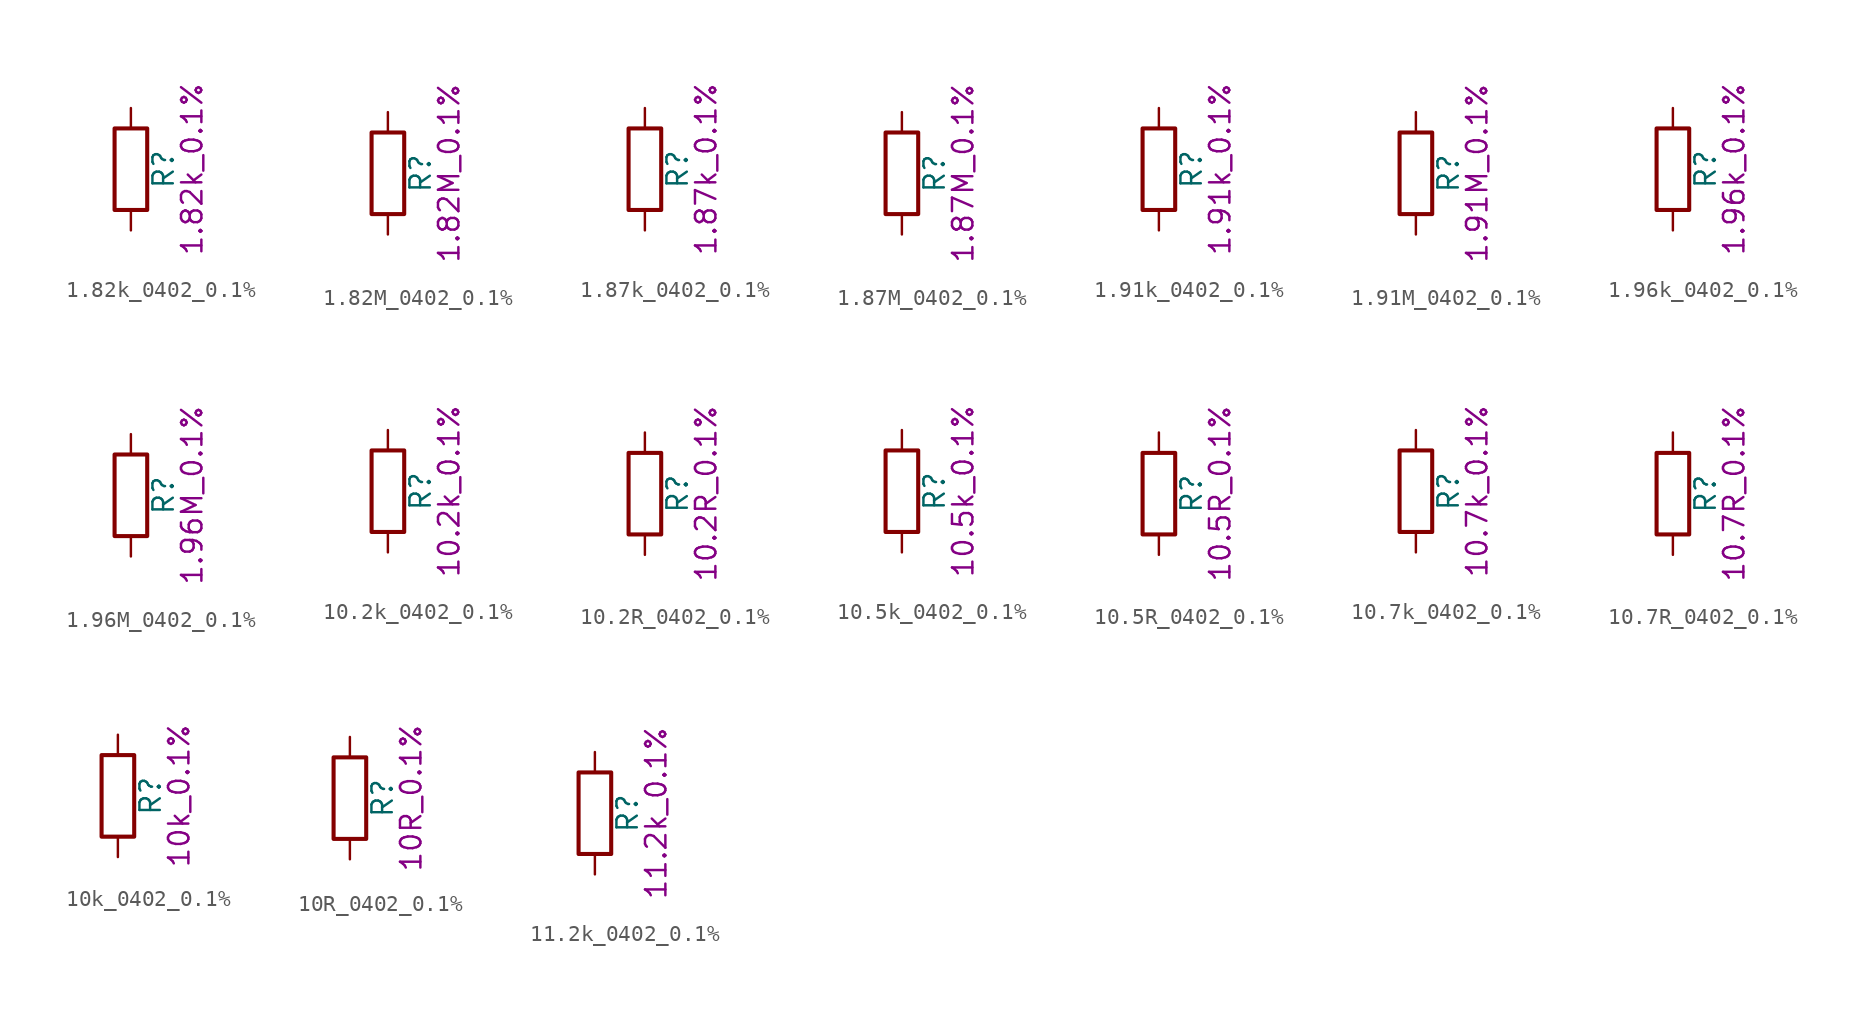
<source format=kicad_sym>
(kicad_symbol_lib
  (version 20211014)
  (generator kicad_symbol_editor)
  (symbol "1.82k_0402_0.1%"
    (pin_numbers hide)
    (pin_names
      (offset 0))
    (property "Reference" "R"
      (at 2.032 0 90)
      (effects (font (size 1.27 1.27))))
    (property "Display" "1.82k_0.1%"
      (at 3.81 0 90)
      (effects (font (size 1.27 1.27))))
    (symbol "1.82k_0402_0.1%_0_1"
      (rectangle (start -1.016 -2.54) (end 1.016 2.54) (stroke (width 0.254) (type default) (color 0 0 0 0)) (fill (type none))))
    (symbol "1.82k_0402_0.1%_1_1"
      (pin passive line (at 0 3.81 270) (length 1.27) (name "~" (effects (font (size 1.27 1.27)))) (number "1" (effects (font (size 1.27 1.27)))))
      (pin passive line (at 0 -3.81 90) (length 1.27) (name "~" (effects (font (size 1.27 1.27)))) (number "2" (effects (font (size 1.27 1.27)))))))
  (symbol "1.82M_0402_0.1%"
    (pin_numbers hide)
    (pin_names
      (offset 0))
    (property "Reference" "R"
      (at 2.032 0 90)
      (effects (font (size 1.27 1.27))))
    (property "Display" "1.82M_0.1%"
      (at 3.81 0 90)
      (effects (font (size 1.27 1.27))))
    (symbol "1.82M_0402_0.1%_0_1"
      (rectangle (start -1.016 -2.54) (end 1.016 2.54) (stroke (width 0.254) (type default) (color 0 0 0 0)) (fill (type none))))
    (symbol "1.82M_0402_0.1%_1_1"
      (pin passive line (at 0 3.81 270) (length 1.27) (name "~" (effects (font (size 1.27 1.27)))) (number "1" (effects (font (size 1.27 1.27)))))
      (pin passive line (at 0 -3.81 90) (length 1.27) (name "~" (effects (font (size 1.27 1.27)))) (number "2" (effects (font (size 1.27 1.27)))))))
  (symbol "1.87k_0402_0.1%"
    (pin_numbers hide)
    (pin_names
      (offset 0))
    (property "Reference" "R"
      (at 2.032 0 90)
      (effects (font (size 1.27 1.27))))
    (property "Display" "1.87k_0.1%"
      (at 3.81 0 90)
      (effects (font (size 1.27 1.27))))
    (symbol "1.87k_0402_0.1%_0_1"
      (rectangle (start -1.016 -2.54) (end 1.016 2.54) (stroke (width 0.254) (type default) (color 0 0 0 0)) (fill (type none))))
    (symbol "1.87k_0402_0.1%_1_1"
      (pin passive line (at 0 3.81 270) (length 1.27) (name "~" (effects (font (size 1.27 1.27)))) (number "1" (effects (font (size 1.27 1.27)))))
      (pin passive line (at 0 -3.81 90) (length 1.27) (name "~" (effects (font (size 1.27 1.27)))) (number "2" (effects (font (size 1.27 1.27)))))))
  (symbol "1.87M_0402_0.1%"
    (pin_numbers hide)
    (pin_names
      (offset 0))
    (property "Reference" "R"
      (at 2.032 0 90)
      (effects (font (size 1.27 1.27))))
    (property "Display" "1.87M_0.1%"
      (at 3.81 0 90)
      (effects (font (size 1.27 1.27))))
    (symbol "1.87M_0402_0.1%_0_1"
      (rectangle (start -1.016 -2.54) (end 1.016 2.54) (stroke (width 0.254) (type default) (color 0 0 0 0)) (fill (type none))))
    (symbol "1.87M_0402_0.1%_1_1"
      (pin passive line (at 0 3.81 270) (length 1.27) (name "~" (effects (font (size 1.27 1.27)))) (number "1" (effects (font (size 1.27 1.27)))))
      (pin passive line (at 0 -3.81 90) (length 1.27) (name "~" (effects (font (size 1.27 1.27)))) (number "2" (effects (font (size 1.27 1.27)))))))
  (symbol "1.91k_0402_0.1%"
    (pin_numbers hide)
    (pin_names
      (offset 0))
    (property "Reference" "R"
      (at 2.032 0 90)
      (effects (font (size 1.27 1.27))))
    (property "Display" "1.91k_0.1%"
      (at 3.81 0 90)
      (effects (font (size 1.27 1.27))))
    (symbol "1.91k_0402_0.1%_0_1"
      (rectangle (start -1.016 -2.54) (end 1.016 2.54) (stroke (width 0.254) (type default) (color 0 0 0 0)) (fill (type none))))
    (symbol "1.91k_0402_0.1%_1_1"
      (pin passive line (at 0 3.81 270) (length 1.27) (name "~" (effects (font (size 1.27 1.27)))) (number "1" (effects (font (size 1.27 1.27)))))
      (pin passive line (at 0 -3.81 90) (length 1.27) (name "~" (effects (font (size 1.27 1.27)))) (number "2" (effects (font (size 1.27 1.27)))))))
  (symbol "1.91M_0402_0.1%"
    (pin_numbers hide)
    (pin_names
      (offset 0))
    (property "Reference" "R"
      (at 2.032 0 90)
      (effects (font (size 1.27 1.27))))
    (property "Display" "1.91M_0.1%"
      (at 3.81 0 90)
      (effects (font (size 1.27 1.27))))
    (symbol "1.91M_0402_0.1%_0_1"
      (rectangle (start -1.016 -2.54) (end 1.016 2.54) (stroke (width 0.254) (type default) (color 0 0 0 0)) (fill (type none))))
    (symbol "1.91M_0402_0.1%_1_1"
      (pin passive line (at 0 3.81 270) (length 1.27) (name "~" (effects (font (size 1.27 1.27)))) (number "1" (effects (font (size 1.27 1.27)))))
      (pin passive line (at 0 -3.81 90) (length 1.27) (name "~" (effects (font (size 1.27 1.27)))) (number "2" (effects (font (size 1.27 1.27)))))))
  (symbol "1.96k_0402_0.1%"
    (pin_numbers hide)
    (pin_names
      (offset 0))
    (property "Reference" "R"
      (at 2.032 0 90)
      (effects (font (size 1.27 1.27))))
    (property "Display" "1.96k_0.1%"
      (at 3.81 0 90)
      (effects (font (size 1.27 1.27))))
    (symbol "1.96k_0402_0.1%_0_1"
      (rectangle (start -1.016 -2.54) (end 1.016 2.54) (stroke (width 0.254) (type default) (color 0 0 0 0)) (fill (type none))))
    (symbol "1.96k_0402_0.1%_1_1"
      (pin passive line (at 0 3.81 270) (length 1.27) (name "~" (effects (font (size 1.27 1.27)))) (number "1" (effects (font (size 1.27 1.27)))))
      (pin passive line (at 0 -3.81 90) (length 1.27) (name "~" (effects (font (size 1.27 1.27)))) (number "2" (effects (font (size 1.27 1.27)))))))
  (symbol "1.96M_0402_0.1%"
    (pin_numbers hide)
    (pin_names
      (offset 0))
    (property "Reference" "R"
      (at 2.032 0 90)
      (effects (font (size 1.27 1.27))))
    (property "Display" "1.96M_0.1%"
      (at 3.81 0 90)
      (effects (font (size 1.27 1.27))))
    (symbol "1.96M_0402_0.1%_0_1"
      (rectangle (start -1.016 -2.54) (end 1.016 2.54) (stroke (width 0.254) (type default) (color 0 0 0 0)) (fill (type none))))
    (symbol "1.96M_0402_0.1%_1_1"
      (pin passive line (at 0 3.81 270) (length 1.27) (name "~" (effects (font (size 1.27 1.27)))) (number "1" (effects (font (size 1.27 1.27)))))
      (pin passive line (at 0 -3.81 90) (length 1.27) (name "~" (effects (font (size 1.27 1.27)))) (number "2" (effects (font (size 1.27 1.27)))))))
  (symbol "10.2k_0402_0.1%"
    (pin_numbers hide)
    (pin_names
      (offset 0))
    (property "Reference" "R"
      (at 2.032 0 90)
      (effects (font (size 1.27 1.27))))
    (property "Display" "10.2k_0.1%"
      (at 3.81 0 90)
      (effects (font (size 1.27 1.27))))
    (symbol "10.2k_0402_0.1%_0_1"
      (rectangle (start -1.016 -2.54) (end 1.016 2.54) (stroke (width 0.254) (type default) (color 0 0 0 0)) (fill (type none))))
    (symbol "10.2k_0402_0.1%_1_1"
      (pin passive line (at 0 3.81 270) (length 1.27) (name "~" (effects (font (size 1.27 1.27)))) (number "1" (effects (font (size 1.27 1.27)))))
      (pin passive line (at 0 -3.81 90) (length 1.27) (name "~" (effects (font (size 1.27 1.27)))) (number "2" (effects (font (size 1.27 1.27)))))))
  (symbol "10.2R_0402_0.1%"
    (pin_numbers hide)
    (pin_names
      (offset 0))
    (property "Reference" "R"
      (at 2.032 0 90)
      (effects (font (size 1.27 1.27))))
    (property "Display" "10.2R_0.1%"
      (at 3.81 0 90)
      (effects (font (size 1.27 1.27))))
    (symbol "10.2R_0402_0.1%_0_1"
      (rectangle (start -1.016 -2.54) (end 1.016 2.54) (stroke (width 0.254) (type default) (color 0 0 0 0)) (fill (type none))))
    (symbol "10.2R_0402_0.1%_1_1"
      (pin passive line (at 0 3.81 270) (length 1.27) (name "~" (effects (font (size 1.27 1.27)))) (number "1" (effects (font (size 1.27 1.27)))))
      (pin passive line (at 0 -3.81 90) (length 1.27) (name "~" (effects (font (size 1.27 1.27)))) (number "2" (effects (font (size 1.27 1.27)))))))
  (symbol "10.5k_0402_0.1%"
    (pin_numbers hide)
    (pin_names
      (offset 0))
    (property "Reference" "R"
      (at 2.032 0 90)
      (effects (font (size 1.27 1.27))))
    (property "Display" "10.5k_0.1%"
      (at 3.81 0 90)
      (effects (font (size 1.27 1.27))))
    (symbol "10.5k_0402_0.1%_0_1"
      (rectangle (start -1.016 -2.54) (end 1.016 2.54) (stroke (width 0.254) (type default) (color 0 0 0 0)) (fill (type none))))
    (symbol "10.5k_0402_0.1%_1_1"
      (pin passive line (at 0 3.81 270) (length 1.27) (name "~" (effects (font (size 1.27 1.27)))) (number "1" (effects (font (size 1.27 1.27)))))
      (pin passive line (at 0 -3.81 90) (length 1.27) (name "~" (effects (font (size 1.27 1.27)))) (number "2" (effects (font (size 1.27 1.27)))))))
  (symbol "10.5R_0402_0.1%"
    (pin_numbers hide)
    (pin_names
      (offset 0))
    (property "Reference" "R"
      (at 2.032 0 90)
      (effects (font (size 1.27 1.27))))
    (property "Display" "10.5R_0.1%"
      (at 3.81 0 90)
      (effects (font (size 1.27 1.27))))
    (symbol "10.5R_0402_0.1%_0_1"
      (rectangle (start -1.016 -2.54) (end 1.016 2.54) (stroke (width 0.254) (type default) (color 0 0 0 0)) (fill (type none))))
    (symbol "10.5R_0402_0.1%_1_1"
      (pin passive line (at 0 3.81 270) (length 1.27) (name "~" (effects (font (size 1.27 1.27)))) (number "1" (effects (font (size 1.27 1.27)))))
      (pin passive line (at 0 -3.81 90) (length 1.27) (name "~" (effects (font (size 1.27 1.27)))) (number "2" (effects (font (size 1.27 1.27)))))))
  (symbol "10.7k_0402_0.1%"
    (pin_numbers hide)
    (pin_names
      (offset 0))
    (property "Reference" "R"
      (at 2.032 0 90)
      (effects (font (size 1.27 1.27))))
    (property "Display" "10.7k_0.1%"
      (at 3.81 0 90)
      (effects (font (size 1.27 1.27))))
    (symbol "10.7k_0402_0.1%_0_1"
      (rectangle (start -1.016 -2.54) (end 1.016 2.54) (stroke (width 0.254) (type default) (color 0 0 0 0)) (fill (type none))))
    (symbol "10.7k_0402_0.1%_1_1"
      (pin passive line (at 0 3.81 270) (length 1.27) (name "~" (effects (font (size 1.27 1.27)))) (number "1" (effects (font (size 1.27 1.27)))))
      (pin passive line (at 0 -3.81 90) (length 1.27) (name "~" (effects (font (size 1.27 1.27)))) (number "2" (effects (font (size 1.27 1.27)))))))
  (symbol "10.7R_0402_0.1%"
    (pin_numbers hide)
    (pin_names
      (offset 0))
    (property "Reference" "R"
      (at 2.032 0 90)
      (effects (font (size 1.27 1.27))))
    (property "Display" "10.7R_0.1%"
      (at 3.81 0 90)
      (effects (font (size 1.27 1.27))))
    (symbol "10.7R_0402_0.1%_0_1"
      (rectangle (start -1.016 -2.54) (end 1.016 2.54) (stroke (width 0.254) (type default) (color 0 0 0 0)) (fill (type none))))
    (symbol "10.7R_0402_0.1%_1_1"
      (pin passive line (at 0 3.81 270) (length 1.27) (name "~" (effects (font (size 1.27 1.27)))) (number "1" (effects (font (size 1.27 1.27)))))
      (pin passive line (at 0 -3.81 90) (length 1.27) (name "~" (effects (font (size 1.27 1.27)))) (number "2" (effects (font (size 1.27 1.27)))))))
  (symbol "10k_0402_0.1%"
    (pin_numbers hide)
    (pin_names
      (offset 0))
    (property "Reference" "R"
      (at 2.032 0 90)
      (effects (font (size 1.27 1.27))))
    (property "Display" "10k_0.1%"
      (at 3.81 0 90)
      (effects (font (size 1.27 1.27))))
    (symbol "10k_0402_0.1%_0_1"
      (rectangle (start -1.016 -2.54) (end 1.016 2.54) (stroke (width 0.254) (type default) (color 0 0 0 0)) (fill (type none))))
    (symbol "10k_0402_0.1%_1_1"
      (pin passive line (at 0 3.81 270) (length 1.27) (name "~" (effects (font (size 1.27 1.27)))) (number "1" (effects (font (size 1.27 1.27)))))
      (pin passive line (at 0 -3.81 90) (length 1.27) (name "~" (effects (font (size 1.27 1.27)))) (number "2" (effects (font (size 1.27 1.27)))))))
  (symbol "10R_0402_0.1%"
    (pin_numbers hide)
    (pin_names
      (offset 0))
    (property "Reference" "R"
      (at 2.032 0 90)
      (effects (font (size 1.27 1.27))))
    (property "Display" "10R_0.1%"
      (at 3.81 0 90)
      (effects (font (size 1.27 1.27))))
    (symbol "10R_0402_0.1%_0_1"
      (rectangle (start -1.016 -2.54) (end 1.016 2.54) (stroke (width 0.254) (type default) (color 0 0 0 0)) (fill (type none))))
    (symbol "10R_0402_0.1%_1_1"
      (pin passive line (at 0 3.81 270) (length 1.27) (name "~" (effects (font (size 1.27 1.27)))) (number "1" (effects (font (size 1.27 1.27)))))
      (pin passive line (at 0 -3.81 90) (length 1.27) (name "~" (effects (font (size 1.27 1.27)))) (number "2" (effects (font (size 1.27 1.27)))))))
  (symbol "11.2k_0402_0.1%"
    (pin_numbers hide)
    (pin_names
      (offset 0))
    (property "Reference" "R"
      (at 2.032 0 90)
      (effects (font (size 1.27 1.27))))
    (property "Display" "11.2k_0.1%"
      (at 3.81 0 90)
      (effects (font (size 1.27 1.27))))
    (symbol "11.2k_0402_0.1%_0_1"
      (rectangle (start -1.016 -2.54) (end 1.016 2.54) (stroke (width 0.254) (type default) (color 0 0 0 0)) (fill (type none))))
    (symbol "11.2k_0402_0.1%_1_1"
      (pin passive line (at 0 3.81 270) (length 1.27) (name "~" (effects (font (size 1.27 1.27)))) (number "1" (effects (font (size 1.27 1.27)))))
      (pin passive line (at 0 -3.81 90) (length 1.27) (name "~" (effects (font (size 1.27 1.27)))) (number "2" (effects (font (size 1.27 1.27))))))))
</source>
